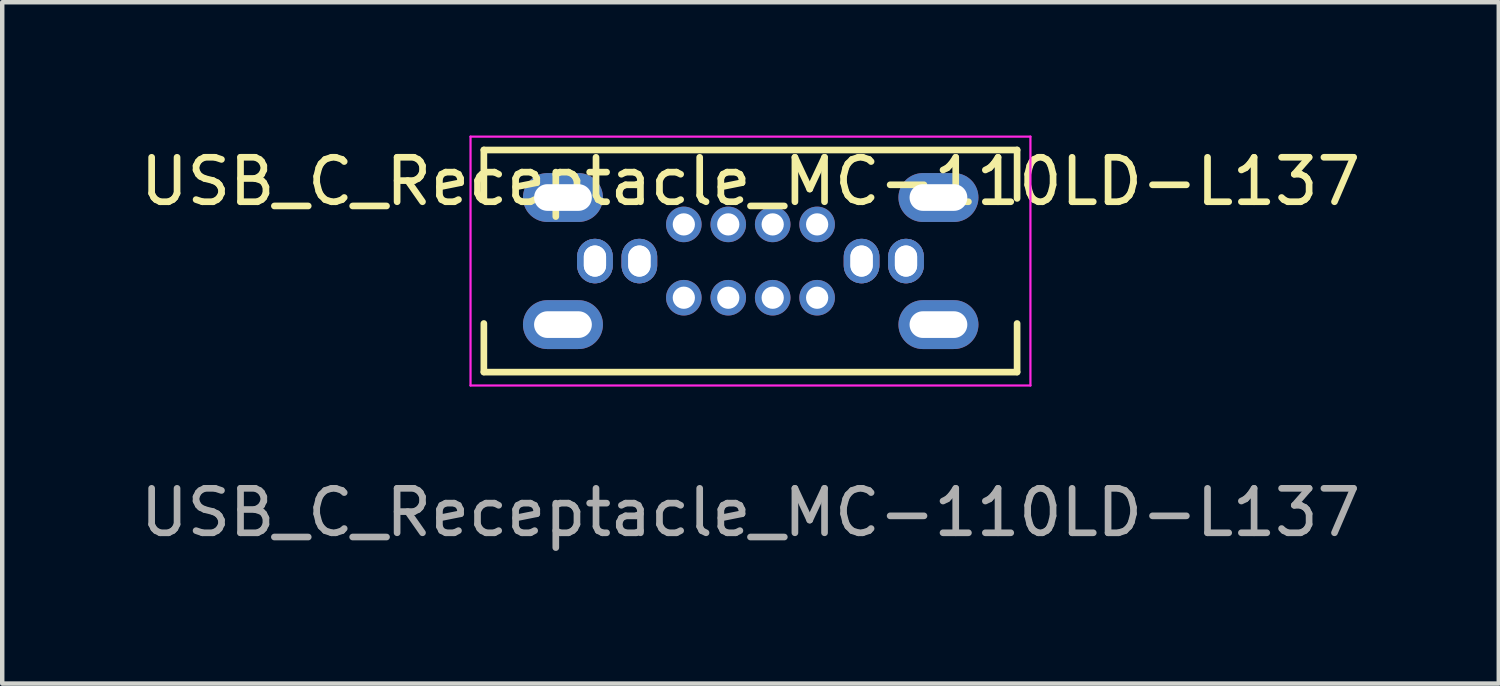
<source format=kicad_pcb>
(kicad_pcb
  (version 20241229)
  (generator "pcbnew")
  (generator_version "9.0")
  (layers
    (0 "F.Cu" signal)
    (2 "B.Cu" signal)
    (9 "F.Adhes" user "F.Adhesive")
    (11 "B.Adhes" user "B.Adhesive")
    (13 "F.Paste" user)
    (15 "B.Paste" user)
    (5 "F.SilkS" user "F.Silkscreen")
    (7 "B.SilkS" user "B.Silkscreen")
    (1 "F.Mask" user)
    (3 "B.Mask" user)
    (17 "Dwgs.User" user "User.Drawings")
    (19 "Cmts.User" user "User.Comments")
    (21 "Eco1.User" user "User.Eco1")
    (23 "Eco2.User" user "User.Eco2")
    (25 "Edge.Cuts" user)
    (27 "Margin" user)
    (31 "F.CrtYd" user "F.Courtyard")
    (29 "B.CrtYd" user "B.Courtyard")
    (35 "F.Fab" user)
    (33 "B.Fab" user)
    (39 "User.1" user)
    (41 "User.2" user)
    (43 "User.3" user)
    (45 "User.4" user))
  (footprint "USB_C_Receptacle_MC-110LD-L137"
    (layer "F.Cu")
    (at 13.839 2.825)
    (property "Reference" "USB_C_Receptacle_MC-110LD-L137" (at 0 -1.79 0) (unlocked yes) (layer "F.SilkS") (effects (font (size 1 1) (thickness 0.15))))
    (attr through_hole)
    (fp_line (start -6 -2.5) (end 6 -2.5) (stroke (width 0.15) (type solid)) (layer "F.SilkS"))
    (fp_line (start -6 -1.41) (end -6 -2.5) (stroke (width 0.15) (type solid)) (layer "F.SilkS"))
    (fp_line (start -6 2.495) (end -6 1.405) (stroke (width 0.15) (type solid)) (layer "F.SilkS"))
    (fp_line (start -6 2.5) (end 6 2.5) (stroke (width 0.15) (type solid)) (layer "F.SilkS"))
    (fp_line (start 6 -1.41) (end 6 -2.5) (stroke (width 0.15) (type solid)) (layer "F.SilkS"))
    (fp_line (start 6 2.495) (end 6 1.405) (stroke (width 0.15) (type solid)) (layer "F.SilkS"))
    (fp_line (start -6.3 -2.8) (end -6.3 2.8) (stroke (width 0.05) (type solid)) (layer "F.CrtYd"))
    (fp_line (start -6.3 -2.8) (end 6.3 -2.8) (stroke (width 0.05) (type solid)) (layer "F.CrtYd"))
    (fp_line (start 6.3 -2.8) (end 6.3 2.8) (stroke (width 0.05) (type solid)) (layer "F.CrtYd"))
    (fp_line (start 6.3 2.8) (end -6.3 2.8) (stroke (width 0.05) (type solid)) (layer "F.CrtYd"))
    (fp_text user "${REFERENCE}" (at 0 5.66 0) (unlocked yes) (layer "F.Fab") (effects (font (size 1 1) (thickness 0.15))))
    (pad "" thru_hole oval (at -4.22 -1.43 90) (size 1.1 1.8) (drill oval 0.6 1.3) (layers "*.Cu" "*.Mask"))
    (pad "" thru_hole oval (at -4.22 1.43 90) (size 1.1 1.8) (drill oval 0.6 1.3) (layers "*.Cu" "*.Mask"))
    (pad "" thru_hole oval (at 4.23 -1.43 90) (size 1.1 1.8) (drill oval 0.6 1.3) (layers "*.Cu" "*.Mask"))
    (pad "" thru_hole oval (at 4.23 1.43 90) (size 1.1 1.8) (drill oval 0.6 1.3) (layers "*.Cu" "*.Mask"))
    (pad "A1" thru_hole oval (at 3.5 0) (size 0.8 1) (drill oval 0.5 0.7) (layers "*.Cu" "*.Mask"))
    (pad "A4" thru_hole oval (at 2.5 0) (size 0.8 1) (drill oval 0.5 0.7) (layers "*.Cu" "*.Mask"))
    (pad "A5" thru_hole circle (at 1.5 -0.825) (size 0.8 0.8) (drill 0.5) (layers "*.Cu" "*.Mask"))
    (pad "A6" thru_hole circle (at 0.5 -0.825) (size 0.8 0.8) (drill 0.5) (layers "*.Cu" "*.Mask"))
    (pad "A7" thru_hole circle (at -0.5 -0.825) (size 0.8 0.8) (drill 0.5) (layers "*.Cu" "*.Mask"))
    (pad "A8" thru_hole circle (at -1.5 -0.825) (size 0.8 0.8) (drill 0.5) (layers "*.Cu" "*.Mask"))
    (pad "A9" thru_hole oval (at -2.5 0) (size 0.8 1) (drill oval 0.5 0.7) (layers "*.Cu" "*.Mask"))
    (pad "A12" thru_hole oval (at -3.5 0) (size 0.8 1) (drill oval 0.5 0.7) (layers "*.Cu" "*.Mask"))
    (pad "B1" thru_hole oval (at -3.5 0) (size 0.8 1) (drill oval 0.5 0.7) (layers "*.Cu" "*.Mask"))
    (pad "B4" thru_hole oval (at -2.5 0) (size 0.8 1) (drill oval 0.5 0.7) (layers "*.Cu" "*.Mask"))
    (pad "B5" thru_hole circle (at -1.5 0.825) (size 0.8 0.8) (drill 0.5) (layers "*.Cu" "*.Mask"))
    (pad "B6" thru_hole circle (at -0.5 0.825) (size 0.8 0.8) (drill 0.5) (layers "*.Cu" "*.Mask"))
    (pad "B7" thru_hole circle (at 0.5 0.825) (size 0.8 0.8) (drill 0.5) (layers "*.Cu" "*.Mask"))
    (pad "B8" thru_hole circle (at 1.5 0.825) (size 0.8 0.8) (drill 0.5) (layers "*.Cu" "*.Mask"))
    (pad "B9" thru_hole oval (at 2.5 0) (size 0.8 1) (drill oval 0.5 0.7) (layers "*.Cu" "*.Mask"))
    (pad "B12" thru_hole oval (at 3.5 0) (size 0.8 1) (drill oval 0.5 0.7) (layers "*.Cu" "*.Mask")))
  (gr_rect
    (start -3 -3)
    (end 30.679 12.333)
    (stroke (width 0.1) (type default))
    (fill no)
    (layer "Edge.Cuts")))
</source>
